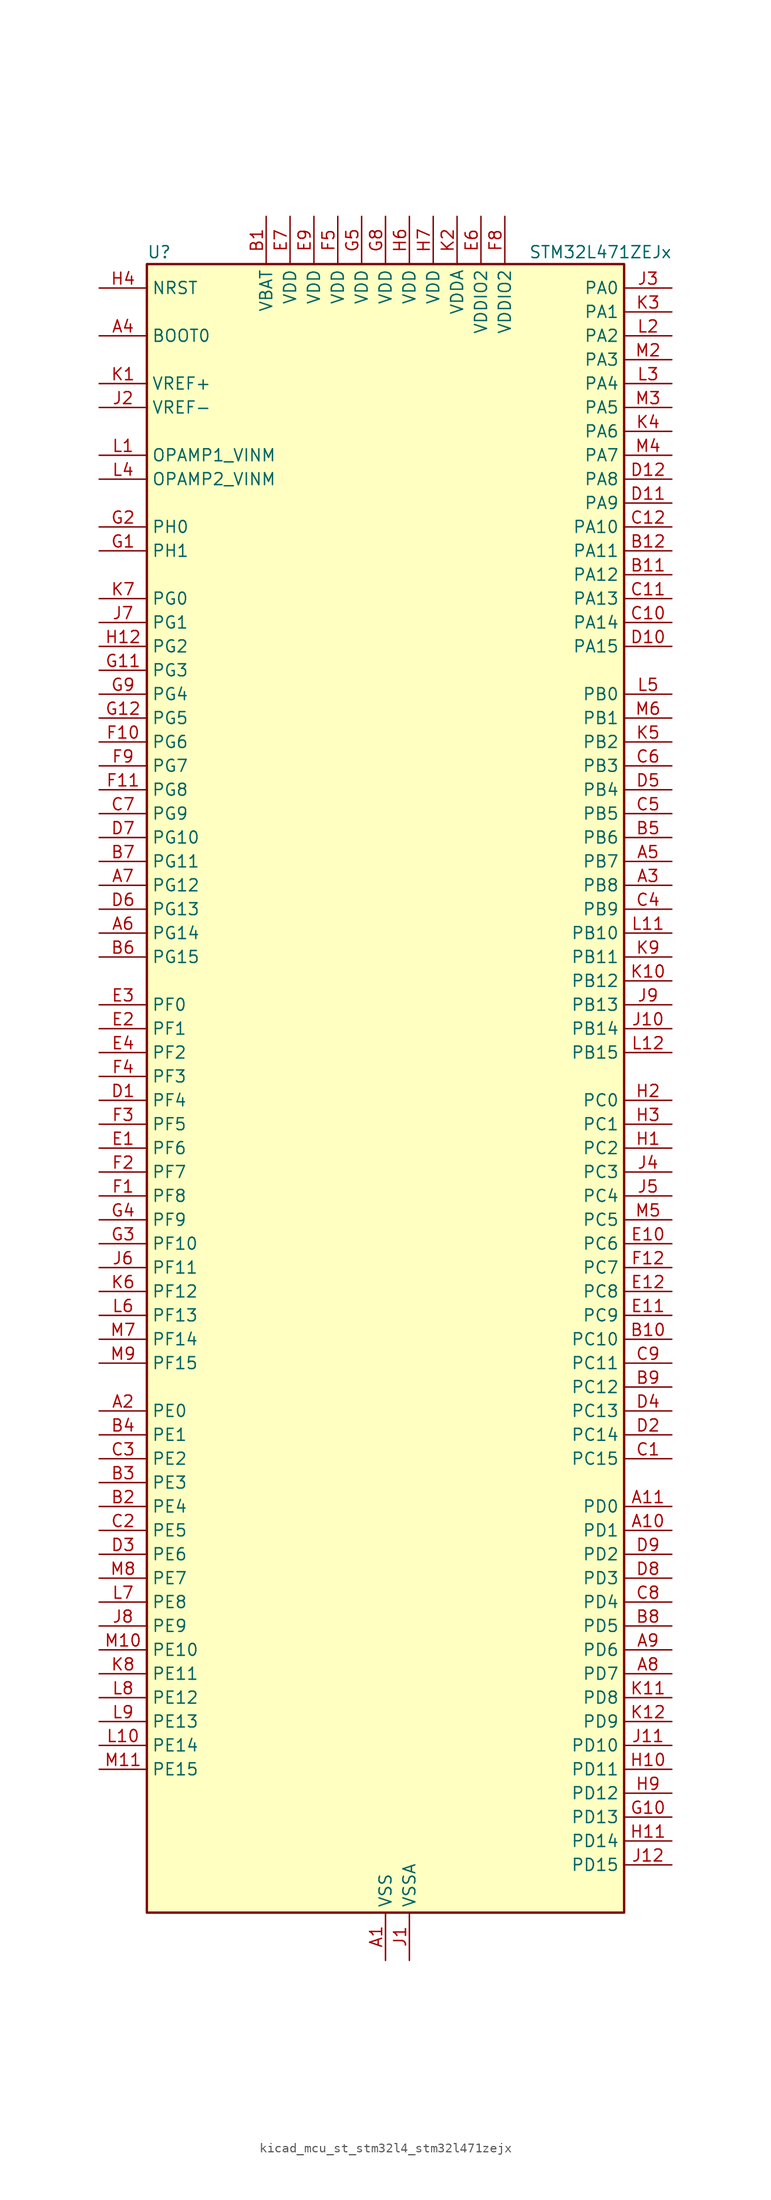
<source format=kicad_sym>
(kicad_symbol_lib
  (version 20220914)
  (generator kicad_symbol_editor)
  (symbol "kicad_mcu_st_stm32l4_stm32l471zejx"
    (property "Reference" "U"
      (at -25.4 90.17 0)
      (effects (font (size 1.27 1.27)) (justify left)))
    (property "Value" "STM32L471ZEJx"
      (at 15.24 90.17 0)
      (effects (font (size 1.27 1.27)) (justify left)))
    (property "ki_locked" ""
      (at 0 0 0)
      (effects (font (size 1.27 1.27))))
    (symbol "kicad_mcu_st_stm32l4_stm32l471zejx_0_1"
      (rectangle (start -25.4 -86.36) (end 25.4 88.9) (stroke (width 0.254) (type default)) (fill (type background))))
    (symbol "kicad_mcu_st_stm32l4_stm32l471zejx_1_1"
      (pin power_in line (at 0 -91.44 90) (length 5.08) (name "VSS" (effects (font (size 1.27 1.27)))) (number "A1" (effects (font (size 1.27 1.27)))))
      (pin bidirectional line (at 30.48 -45.72 180) (length 5.08) (name "PD1" (effects (font (size 1.27 1.27)))) (number "A10" (effects (font (size 1.27 1.27)))) (alternate "CAN1_TX" bidirectional line) (alternate "DFSDM1_CKIN7" bidirectional line) (alternate "FMC_D3" bidirectional line) (alternate "FMC_DA3" bidirectional line) (alternate "SPI2_SCK" bidirectional line))
      (pin bidirectional line (at 30.48 -43.18 180) (length 5.08) (name "PD0" (effects (font (size 1.27 1.27)))) (number "A11" (effects (font (size 1.27 1.27)))) (alternate "CAN1_RX" bidirectional line) (alternate "DFSDM1_DATIN7" bidirectional line) (alternate "FMC_D2" bidirectional line) (alternate "FMC_DA2" bidirectional line) (alternate "SPI2_NSS" bidirectional line))
      (pin passive line (at 0 -91.44 90) (length 5.08) hide (name "VSS" (effects (font (size 1.27 1.27)))) (number "A12" (effects (font (size 1.27 1.27)))))
      (pin bidirectional line (at -30.48 -33.02 0) (length 5.08) (name "PE0" (effects (font (size 1.27 1.27)))) (number "A2" (effects (font (size 1.27 1.27)))) (alternate "FMC_NBL0" bidirectional line) (alternate "TIM16_CH1" bidirectional line) (alternate "TIM4_ETR" bidirectional line))
      (pin bidirectional line (at 30.48 22.86 180) (length 5.08) (name "PB8" (effects (font (size 1.27 1.27)))) (number "A3" (effects (font (size 1.27 1.27)))) (alternate "CAN1_RX" bidirectional line) (alternate "DFSDM1_DATIN6" bidirectional line) (alternate "I2C1_SCL" bidirectional line) (alternate "SAI1_MCLK_A" bidirectional line) (alternate "SDMMC1_D4" bidirectional line) (alternate "TIM16_CH1" bidirectional line) (alternate "TIM4_CH3" bidirectional line))
      (pin input line (at -30.48 81.28 0) (length 5.08) (name "BOOT0" (effects (font (size 1.27 1.27)))) (number "A4" (effects (font (size 1.27 1.27)))))
      (pin bidirectional line (at 30.48 25.4 180) (length 5.08) (name "PB7" (effects (font (size 1.27 1.27)))) (number "A5" (effects (font (size 1.27 1.27)))) (alternate "COMP2_INM" bidirectional line) (alternate "DFSDM1_CKIN5" bidirectional line) (alternate "FMC_NL" bidirectional line) (alternate "I2C1_SDA" bidirectional line) (alternate "LPTIM1_IN2" bidirectional line) (alternate "SYS_PVD_IN" bidirectional line) (alternate "TIM17_CH1N" bidirectional line) (alternate "TIM4_CH2" bidirectional line) (alternate "TIM8_BKIN" bidirectional line) (alternate "TIM8_BKIN_COMP1" bidirectional line) (alternate "TSC_G2_IO4" bidirectional line) (alternate "UART4_CTS" bidirectional line) (alternate "USART1_RX" bidirectional line))
      (pin bidirectional line (at -30.48 17.78 0) (length 5.08) (name "PG14" (effects (font (size 1.27 1.27)))) (number "A6" (effects (font (size 1.27 1.27)))) (alternate "FMC_A25" bidirectional line) (alternate "I2C1_SCL" bidirectional line))
      (pin bidirectional line (at -30.48 22.86 0) (length 5.08) (name "PG12" (effects (font (size 1.27 1.27)))) (number "A7" (effects (font (size 1.27 1.27)))) (alternate "FMC_NE4" bidirectional line) (alternate "LPTIM1_ETR" bidirectional line) (alternate "SAI2_SD_A" bidirectional line) (alternate "SPI3_NSS" bidirectional line) (alternate "USART1_DE" bidirectional line) (alternate "USART1_RTS" bidirectional line))
      (pin bidirectional line (at 30.48 -60.96 180) (length 5.08) (name "PD7" (effects (font (size 1.27 1.27)))) (number "A8" (effects (font (size 1.27 1.27)))) (alternate "DFSDM1_CKIN1" bidirectional line) (alternate "FMC_NE1" bidirectional line) (alternate "USART2_CK" bidirectional line))
      (pin bidirectional line (at 30.48 -58.42 180) (length 5.08) (name "PD6" (effects (font (size 1.27 1.27)))) (number "A9" (effects (font (size 1.27 1.27)))) (alternate "DFSDM1_DATIN1" bidirectional line) (alternate "FMC_NWAIT" bidirectional line) (alternate "SAI1_SD_A" bidirectional line) (alternate "USART2_RX" bidirectional line))
      (pin power_in line (at -12.7 93.98 270) (length 5.08) (name "VBAT" (effects (font (size 1.27 1.27)))) (number "B1" (effects (font (size 1.27 1.27)))))
      (pin bidirectional line (at 30.48 -25.4 180) (length 5.08) (name "PC10" (effects (font (size 1.27 1.27)))) (number "B10" (effects (font (size 1.27 1.27)))) (alternate "SAI2_SCK_B" bidirectional line) (alternate "SDMMC1_D2" bidirectional line) (alternate "SPI3_SCK" bidirectional line) (alternate "TSC_G3_IO2" bidirectional line) (alternate "UART4_TX" bidirectional line) (alternate "USART3_TX" bidirectional line))
      (pin bidirectional line (at 30.48 55.88 180) (length 5.08) (name "PA12" (effects (font (size 1.27 1.27)))) (number "B11" (effects (font (size 1.27 1.27)))) (alternate "CAN1_TX" bidirectional line) (alternate "TIM1_ETR" bidirectional line) (alternate "USART1_DE" bidirectional line) (alternate "USART1_RTS" bidirectional line))
      (pin bidirectional line (at 30.48 58.42 180) (length 5.08) (name "PA11" (effects (font (size 1.27 1.27)))) (number "B12" (effects (font (size 1.27 1.27)))) (alternate "ADC1_EXTI11" bidirectional line) (alternate "ADC2_EXTI11" bidirectional line) (alternate "ADC3_EXTI11" bidirectional line) (alternate "CAN1_RX" bidirectional line) (alternate "TIM1_BKIN2" bidirectional line) (alternate "TIM1_BKIN2_COMP1" bidirectional line) (alternate "TIM1_CH4" bidirectional line) (alternate "USART1_CTS" bidirectional line))
      (pin bidirectional line (at -30.48 -43.18 0) (length 5.08) (name "PE4" (effects (font (size 1.27 1.27)))) (number "B2" (effects (font (size 1.27 1.27)))) (alternate "DFSDM1_DATIN3" bidirectional line) (alternate "FMC_A20" bidirectional line) (alternate "SAI1_FS_A" bidirectional line) (alternate "SYS_TRACED1" bidirectional line) (alternate "TIM3_CH2" bidirectional line) (alternate "TSC_G7_IO3" bidirectional line))
      (pin bidirectional line (at -30.48 -40.64 0) (length 5.08) (name "PE3" (effects (font (size 1.27 1.27)))) (number "B3" (effects (font (size 1.27 1.27)))) (alternate "FMC_A19" bidirectional line) (alternate "SAI1_SD_B" bidirectional line) (alternate "SYS_TRACED0" bidirectional line) (alternate "TIM3_CH1" bidirectional line) (alternate "TSC_G7_IO2" bidirectional line))
      (pin bidirectional line (at -30.48 -35.56 0) (length 5.08) (name "PE1" (effects (font (size 1.27 1.27)))) (number "B4" (effects (font (size 1.27 1.27)))) (alternate "FMC_NBL1" bidirectional line) (alternate "TIM17_CH1" bidirectional line))
      (pin bidirectional line (at 30.48 27.94 180) (length 5.08) (name "PB6" (effects (font (size 1.27 1.27)))) (number "B5" (effects (font (size 1.27 1.27)))) (alternate "COMP2_INP" bidirectional line) (alternate "DFSDM1_DATIN5" bidirectional line) (alternate "I2C1_SCL" bidirectional line) (alternate "LPTIM1_ETR" bidirectional line) (alternate "SAI1_FS_B" bidirectional line) (alternate "TIM16_CH1N" bidirectional line) (alternate "TIM4_CH1" bidirectional line) (alternate "TIM8_BKIN2" bidirectional line) (alternate "TIM8_BKIN2_COMP2" bidirectional line) (alternate "TSC_G2_IO3" bidirectional line) (alternate "USART1_TX" bidirectional line))
      (pin bidirectional line (at -30.48 15.24 0) (length 5.08) (name "PG15" (effects (font (size 1.27 1.27)))) (number "B6" (effects (font (size 1.27 1.27)))) (alternate "ADC1_EXTI15" bidirectional line) (alternate "ADC2_EXTI15" bidirectional line) (alternate "ADC3_EXTI15" bidirectional line) (alternate "I2C1_SMBA" bidirectional line) (alternate "LPTIM1_OUT" bidirectional line))
      (pin bidirectional line (at -30.48 25.4 0) (length 5.08) (name "PG11" (effects (font (size 1.27 1.27)))) (number "B7" (effects (font (size 1.27 1.27)))) (alternate "ADC1_EXTI11" bidirectional line) (alternate "ADC2_EXTI11" bidirectional line) (alternate "ADC3_EXTI11" bidirectional line) (alternate "LPTIM1_IN2" bidirectional line) (alternate "SAI2_MCLK_A" bidirectional line) (alternate "SPI3_MOSI" bidirectional line) (alternate "TIM15_CH2" bidirectional line) (alternate "USART1_CTS" bidirectional line))
      (pin bidirectional line (at 30.48 -55.88 180) (length 5.08) (name "PD5" (effects (font (size 1.27 1.27)))) (number "B8" (effects (font (size 1.27 1.27)))) (alternate "FMC_NWE" bidirectional line) (alternate "USART2_TX" bidirectional line))
      (pin bidirectional line (at 30.48 -30.48 180) (length 5.08) (name "PC12" (effects (font (size 1.27 1.27)))) (number "B9" (effects (font (size 1.27 1.27)))) (alternate "SAI2_SD_B" bidirectional line) (alternate "SDMMC1_CK" bidirectional line) (alternate "SPI3_MOSI" bidirectional line) (alternate "TSC_G3_IO4" bidirectional line) (alternate "UART5_TX" bidirectional line) (alternate "USART3_CK" bidirectional line))
      (pin bidirectional line (at 30.48 -38.1 180) (length 5.08) (name "PC15" (effects (font (size 1.27 1.27)))) (number "C1" (effects (font (size 1.27 1.27)))) (alternate "ADC1_EXTI15" bidirectional line) (alternate "ADC2_EXTI15" bidirectional line) (alternate "ADC3_EXTI15" bidirectional line) (alternate "RCC_OSC32_OUT" bidirectional line))
      (pin bidirectional line (at 30.48 50.8 180) (length 5.08) (name "PA14" (effects (font (size 1.27 1.27)))) (number "C10" (effects (font (size 1.27 1.27)))) (alternate "SYS_JTCK-SWCLK" bidirectional line))
      (pin bidirectional line (at 30.48 53.34 180) (length 5.08) (name "PA13" (effects (font (size 1.27 1.27)))) (number "C11" (effects (font (size 1.27 1.27)))) (alternate "IR_OUT" bidirectional line) (alternate "SYS_JTMS-SWDIO" bidirectional line))
      (pin bidirectional line (at 30.48 60.96 180) (length 5.08) (name "PA10" (effects (font (size 1.27 1.27)))) (number "C12" (effects (font (size 1.27 1.27)))) (alternate "TIM17_BKIN" bidirectional line) (alternate "TIM1_CH3" bidirectional line) (alternate "USART1_RX" bidirectional line))
      (pin bidirectional line (at -30.48 -45.72 0) (length 5.08) (name "PE5" (effects (font (size 1.27 1.27)))) (number "C2" (effects (font (size 1.27 1.27)))) (alternate "DFSDM1_CKIN3" bidirectional line) (alternate "FMC_A21" bidirectional line) (alternate "SAI1_SCK_A" bidirectional line) (alternate "SYS_TRACED2" bidirectional line) (alternate "TIM3_CH3" bidirectional line) (alternate "TSC_G7_IO4" bidirectional line))
      (pin bidirectional line (at -30.48 -38.1 0) (length 5.08) (name "PE2" (effects (font (size 1.27 1.27)))) (number "C3" (effects (font (size 1.27 1.27)))) (alternate "FMC_A23" bidirectional line) (alternate "SAI1_MCLK_A" bidirectional line) (alternate "SYS_TRACECLK" bidirectional line) (alternate "TIM3_ETR" bidirectional line) (alternate "TSC_G7_IO1" bidirectional line))
      (pin bidirectional line (at 30.48 20.32 180) (length 5.08) (name "PB9" (effects (font (size 1.27 1.27)))) (number "C4" (effects (font (size 1.27 1.27)))) (alternate "CAN1_TX" bidirectional line) (alternate "DAC1_EXTI9" bidirectional line) (alternate "DFSDM1_CKIN6" bidirectional line) (alternate "I2C1_SDA" bidirectional line) (alternate "IR_OUT" bidirectional line) (alternate "SAI1_FS_A" bidirectional line) (alternate "SDMMC1_D5" bidirectional line) (alternate "SPI2_NSS" bidirectional line) (alternate "TIM17_CH1" bidirectional line) (alternate "TIM4_CH4" bidirectional line))
      (pin bidirectional line (at 30.48 30.48 180) (length 5.08) (name "PB5" (effects (font (size 1.27 1.27)))) (number "C5" (effects (font (size 1.27 1.27)))) (alternate "COMP2_OUT" bidirectional line) (alternate "I2C1_SMBA" bidirectional line) (alternate "LPTIM1_IN1" bidirectional line) (alternate "SAI1_SD_B" bidirectional line) (alternate "SPI1_MOSI" bidirectional line) (alternate "SPI3_MOSI" bidirectional line) (alternate "TIM16_BKIN" bidirectional line) (alternate "TIM3_CH2" bidirectional line) (alternate "TSC_G2_IO2" bidirectional line) (alternate "UART5_CTS" bidirectional line) (alternate "USART1_CK" bidirectional line))
      (pin bidirectional line (at 30.48 35.56 180) (length 5.08) (name "PB3" (effects (font (size 1.27 1.27)))) (number "C6" (effects (font (size 1.27 1.27)))) (alternate "COMP2_INM" bidirectional line) (alternate "SAI1_SCK_B" bidirectional line) (alternate "SPI1_SCK" bidirectional line) (alternate "SPI3_SCK" bidirectional line) (alternate "SYS_JTDO-SWO" bidirectional line) (alternate "TIM2_CH2" bidirectional line) (alternate "USART1_DE" bidirectional line) (alternate "USART1_RTS" bidirectional line))
      (pin bidirectional line (at -30.48 30.48 0) (length 5.08) (name "PG9" (effects (font (size 1.27 1.27)))) (number "C7" (effects (font (size 1.27 1.27)))) (alternate "DAC1_EXTI9" bidirectional line) (alternate "FMC_NCE3" bidirectional line) (alternate "FMC_NE2" bidirectional line) (alternate "SAI2_SCK_A" bidirectional line) (alternate "SPI3_SCK" bidirectional line) (alternate "TIM15_CH1N" bidirectional line) (alternate "USART1_TX" bidirectional line))
      (pin bidirectional line (at 30.48 -53.34 180) (length 5.08) (name "PD4" (effects (font (size 1.27 1.27)))) (number "C8" (effects (font (size 1.27 1.27)))) (alternate "DFSDM1_CKIN0" bidirectional line) (alternate "FMC_NOE" bidirectional line) (alternate "SPI2_MOSI" bidirectional line) (alternate "USART2_DE" bidirectional line) (alternate "USART2_RTS" bidirectional line))
      (pin bidirectional line (at 30.48 -27.94 180) (length 5.08) (name "PC11" (effects (font (size 1.27 1.27)))) (number "C9" (effects (font (size 1.27 1.27)))) (alternate "ADC1_EXTI11" bidirectional line) (alternate "ADC2_EXTI11" bidirectional line) (alternate "ADC3_EXTI11" bidirectional line) (alternate "SAI2_MCLK_B" bidirectional line) (alternate "SDMMC1_D3" bidirectional line) (alternate "SPI3_MISO" bidirectional line) (alternate "TSC_G3_IO3" bidirectional line) (alternate "UART4_RX" bidirectional line) (alternate "USART3_RX" bidirectional line))
      (pin bidirectional line (at -30.48 0 0) (length 5.08) (name "PF4" (effects (font (size 1.27 1.27)))) (number "D1" (effects (font (size 1.27 1.27)))) (alternate "ADC3_IN7" bidirectional line) (alternate "FMC_A4" bidirectional line))
      (pin bidirectional line (at 30.48 48.26 180) (length 5.08) (name "PA15" (effects (font (size 1.27 1.27)))) (number "D10" (effects (font (size 1.27 1.27)))) (alternate "ADC1_EXTI15" bidirectional line) (alternate "ADC2_EXTI15" bidirectional line) (alternate "ADC3_EXTI15" bidirectional line) (alternate "SAI2_FS_B" bidirectional line) (alternate "SPI1_NSS" bidirectional line) (alternate "SPI3_NSS" bidirectional line) (alternate "SYS_JTDI" bidirectional line) (alternate "TIM2_CH1" bidirectional line) (alternate "TIM2_ETR" bidirectional line) (alternate "TSC_G3_IO1" bidirectional line) (alternate "UART4_DE" bidirectional line) (alternate "UART4_RTS" bidirectional line))
      (pin bidirectional line (at 30.48 63.5 180) (length 5.08) (name "PA9" (effects (font (size 1.27 1.27)))) (number "D11" (effects (font (size 1.27 1.27)))) (alternate "DAC1_EXTI9" bidirectional line) (alternate "TIM15_BKIN" bidirectional line) (alternate "TIM1_CH2" bidirectional line) (alternate "USART1_TX" bidirectional line))
      (pin bidirectional line (at 30.48 66.04 180) (length 5.08) (name "PA8" (effects (font (size 1.27 1.27)))) (number "D12" (effects (font (size 1.27 1.27)))) (alternate "LPTIM2_OUT" bidirectional line) (alternate "RCC_MCO" bidirectional line) (alternate "TIM1_CH1" bidirectional line) (alternate "USART1_CK" bidirectional line))
      (pin bidirectional line (at 30.48 -35.56 180) (length 5.08) (name "PC14" (effects (font (size 1.27 1.27)))) (number "D2" (effects (font (size 1.27 1.27)))) (alternate "RCC_OSC32_IN" bidirectional line))
      (pin bidirectional line (at -30.48 -48.26 0) (length 5.08) (name "PE6" (effects (font (size 1.27 1.27)))) (number "D3" (effects (font (size 1.27 1.27)))) (alternate "FMC_A22" bidirectional line) (alternate "RTC_TAMP3" bidirectional line) (alternate "SAI1_SD_A" bidirectional line) (alternate "SYS_TRACED3" bidirectional line) (alternate "SYS_WKUP3" bidirectional line) (alternate "TIM3_CH4" bidirectional line))
      (pin bidirectional line (at 30.48 -33.02 180) (length 5.08) (name "PC13" (effects (font (size 1.27 1.27)))) (number "D4" (effects (font (size 1.27 1.27)))) (alternate "RTC_OUT_ALARM" bidirectional line) (alternate "RTC_OUT_CALIB" bidirectional line) (alternate "RTC_TAMP1" bidirectional line) (alternate "RTC_TS" bidirectional line) (alternate "SYS_WKUP2" bidirectional line))
      (pin bidirectional line (at 30.48 33.02 180) (length 5.08) (name "PB4" (effects (font (size 1.27 1.27)))) (number "D5" (effects (font (size 1.27 1.27)))) (alternate "COMP2_INP" bidirectional line) (alternate "SAI1_MCLK_B" bidirectional line) (alternate "SPI1_MISO" bidirectional line) (alternate "SPI3_MISO" bidirectional line) (alternate "SYS_JTRST" bidirectional line) (alternate "TIM17_BKIN" bidirectional line) (alternate "TIM3_CH1" bidirectional line) (alternate "TSC_G2_IO1" bidirectional line) (alternate "UART5_DE" bidirectional line) (alternate "UART5_RTS" bidirectional line) (alternate "USART1_CTS" bidirectional line))
      (pin bidirectional line (at -30.48 20.32 0) (length 5.08) (name "PG13" (effects (font (size 1.27 1.27)))) (number "D6" (effects (font (size 1.27 1.27)))) (alternate "FMC_A24" bidirectional line) (alternate "I2C1_SDA" bidirectional line) (alternate "USART1_CK" bidirectional line))
      (pin bidirectional line (at -30.48 27.94 0) (length 5.08) (name "PG10" (effects (font (size 1.27 1.27)))) (number "D7" (effects (font (size 1.27 1.27)))) (alternate "FMC_NE3" bidirectional line) (alternate "LPTIM1_IN1" bidirectional line) (alternate "SAI2_FS_A" bidirectional line) (alternate "SPI3_MISO" bidirectional line) (alternate "TIM15_CH1" bidirectional line) (alternate "USART1_RX" bidirectional line))
      (pin bidirectional line (at 30.48 -50.8 180) (length 5.08) (name "PD3" (effects (font (size 1.27 1.27)))) (number "D8" (effects (font (size 1.27 1.27)))) (alternate "DFSDM1_DATIN0" bidirectional line) (alternate "FMC_CLK" bidirectional line) (alternate "SPI2_MISO" bidirectional line) (alternate "USART2_CTS" bidirectional line))
      (pin bidirectional line (at 30.48 -48.26 180) (length 5.08) (name "PD2" (effects (font (size 1.27 1.27)))) (number "D9" (effects (font (size 1.27 1.27)))) (alternate "SDMMC1_CMD" bidirectional line) (alternate "TIM3_ETR" bidirectional line) (alternate "TSC_SYNC" bidirectional line) (alternate "UART5_RX" bidirectional line) (alternate "USART3_DE" bidirectional line) (alternate "USART3_RTS" bidirectional line))
      (pin bidirectional line (at -30.48 -5.08 0) (length 5.08) (name "PF6" (effects (font (size 1.27 1.27)))) (number "E1" (effects (font (size 1.27 1.27)))) (alternate "ADC3_IN9" bidirectional line) (alternate "SAI1_SD_B" bidirectional line) (alternate "TIM5_CH1" bidirectional line) (alternate "TIM5_ETR" bidirectional line))
      (pin bidirectional line (at 30.48 -15.24 180) (length 5.08) (name "PC6" (effects (font (size 1.27 1.27)))) (number "E10" (effects (font (size 1.27 1.27)))) (alternate "DFSDM1_CKIN3" bidirectional line) (alternate "SAI2_MCLK_A" bidirectional line) (alternate "SDMMC1_D6" bidirectional line) (alternate "TIM3_CH1" bidirectional line) (alternate "TIM8_CH1" bidirectional line) (alternate "TSC_G4_IO1" bidirectional line))
      (pin bidirectional line (at 30.48 -22.86 180) (length 5.08) (name "PC9" (effects (font (size 1.27 1.27)))) (number "E11" (effects (font (size 1.27 1.27)))) (alternate "DAC1_EXTI9" bidirectional line) (alternate "SAI2_EXTCLK" bidirectional line) (alternate "SDMMC1_D1" bidirectional line) (alternate "TIM3_CH4" bidirectional line) (alternate "TIM8_BKIN2" bidirectional line) (alternate "TIM8_BKIN2_COMP1" bidirectional line) (alternate "TIM8_CH4" bidirectional line) (alternate "TSC_G4_IO4" bidirectional line))
      (pin bidirectional line (at 30.48 -20.32 180) (length 5.08) (name "PC8" (effects (font (size 1.27 1.27)))) (number "E12" (effects (font (size 1.27 1.27)))) (alternate "SDMMC1_D0" bidirectional line) (alternate "TIM3_CH3" bidirectional line) (alternate "TIM8_CH3" bidirectional line) (alternate "TSC_G4_IO3" bidirectional line))
      (pin bidirectional line (at -30.48 7.62 0) (length 5.08) (name "PF1" (effects (font (size 1.27 1.27)))) (number "E2" (effects (font (size 1.27 1.27)))) (alternate "FMC_A1" bidirectional line) (alternate "I2C2_SCL" bidirectional line))
      (pin bidirectional line (at -30.48 10.16 0) (length 5.08) (name "PF0" (effects (font (size 1.27 1.27)))) (number "E3" (effects (font (size 1.27 1.27)))) (alternate "FMC_A0" bidirectional line) (alternate "I2C2_SDA" bidirectional line))
      (pin bidirectional line (at -30.48 5.08 0) (length 5.08) (name "PF2" (effects (font (size 1.27 1.27)))) (number "E4" (effects (font (size 1.27 1.27)))) (alternate "FMC_A2" bidirectional line) (alternate "I2C2_SMBA" bidirectional line))
      (pin passive line (at 0 -91.44 90) (length 5.08) hide (name "VSS" (effects (font (size 1.27 1.27)))) (number "E5" (effects (font (size 1.27 1.27)))))
      (pin power_in line (at 10.16 93.98 270) (length 5.08) (name "VDDIO2" (effects (font (size 1.27 1.27)))) (number "E6" (effects (font (size 1.27 1.27)))))
      (pin power_in line (at -10.16 93.98 270) (length 5.08) (name "VDD" (effects (font (size 1.27 1.27)))) (number "E7" (effects (font (size 1.27 1.27)))))
      (pin passive line (at 0 -91.44 90) (length 5.08) hide (name "VSS" (effects (font (size 1.27 1.27)))) (number "E8" (effects (font (size 1.27 1.27)))))
      (pin power_in line (at -7.62 93.98 270) (length 5.08) (name "VDD" (effects (font (size 1.27 1.27)))) (number "E9" (effects (font (size 1.27 1.27)))))
      (pin bidirectional line (at -30.48 -10.16 0) (length 5.08) (name "PF8" (effects (font (size 1.27 1.27)))) (number "F1" (effects (font (size 1.27 1.27)))) (alternate "ADC3_IN11" bidirectional line) (alternate "SAI1_SCK_B" bidirectional line) (alternate "TIM5_CH3" bidirectional line))
      (pin bidirectional line (at -30.48 38.1 0) (length 5.08) (name "PG6" (effects (font (size 1.27 1.27)))) (number "F10" (effects (font (size 1.27 1.27)))) (alternate "I2C3_SMBA" bidirectional line) (alternate "LPUART1_DE" bidirectional line) (alternate "LPUART1_RTS" bidirectional line))
      (pin bidirectional line (at -30.48 33.02 0) (length 5.08) (name "PG8" (effects (font (size 1.27 1.27)))) (number "F11" (effects (font (size 1.27 1.27)))) (alternate "I2C3_SDA" bidirectional line) (alternate "LPUART1_RX" bidirectional line))
      (pin bidirectional line (at 30.48 -17.78 180) (length 5.08) (name "PC7" (effects (font (size 1.27 1.27)))) (number "F12" (effects (font (size 1.27 1.27)))) (alternate "DFSDM1_DATIN3" bidirectional line) (alternate "SAI2_MCLK_B" bidirectional line) (alternate "SDMMC1_D7" bidirectional line) (alternate "TIM3_CH2" bidirectional line) (alternate "TIM8_CH2" bidirectional line) (alternate "TSC_G4_IO2" bidirectional line))
      (pin bidirectional line (at -30.48 -7.62 0) (length 5.08) (name "PF7" (effects (font (size 1.27 1.27)))) (number "F2" (effects (font (size 1.27 1.27)))) (alternate "ADC3_IN10" bidirectional line) (alternate "SAI1_MCLK_B" bidirectional line) (alternate "TIM5_CH2" bidirectional line))
      (pin bidirectional line (at -30.48 -2.54 0) (length 5.08) (name "PF5" (effects (font (size 1.27 1.27)))) (number "F3" (effects (font (size 1.27 1.27)))) (alternate "ADC3_IN8" bidirectional line) (alternate "FMC_A5" bidirectional line))
      (pin bidirectional line (at -30.48 2.54 0) (length 5.08) (name "PF3" (effects (font (size 1.27 1.27)))) (number "F4" (effects (font (size 1.27 1.27)))) (alternate "ADC3_IN6" bidirectional line) (alternate "FMC_A3" bidirectional line))
      (pin power_in line (at -5.08 93.98 270) (length 5.08) (name "VDD" (effects (font (size 1.27 1.27)))) (number "F5" (effects (font (size 1.27 1.27)))))
      (pin passive line (at 0 -91.44 90) (length 5.08) hide (name "VSS" (effects (font (size 1.27 1.27)))) (number "F6" (effects (font (size 1.27 1.27)))))
      (pin passive line (at 0 -91.44 90) (length 5.08) hide (name "VSS" (effects (font (size 1.27 1.27)))) (number "F7" (effects (font (size 1.27 1.27)))))
      (pin power_in line (at 12.7 93.98 270) (length 5.08) (name "VDDIO2" (effects (font (size 1.27 1.27)))) (number "F8" (effects (font (size 1.27 1.27)))))
      (pin bidirectional line (at -30.48 35.56 0) (length 5.08) (name "PG7" (effects (font (size 1.27 1.27)))) (number "F9" (effects (font (size 1.27 1.27)))) (alternate "FMC_INT3" bidirectional line) (alternate "I2C3_SCL" bidirectional line) (alternate "LPUART1_TX" bidirectional line))
      (pin bidirectional line (at -30.48 58.42 0) (length 5.08) (name "PH1" (effects (font (size 1.27 1.27)))) (number "G1" (effects (font (size 1.27 1.27)))) (alternate "RCC_OSC_OUT" bidirectional line))
      (pin bidirectional line (at 30.48 -76.2 180) (length 5.08) (name "PD13" (effects (font (size 1.27 1.27)))) (number "G10" (effects (font (size 1.27 1.27)))) (alternate "FMC_A18" bidirectional line) (alternate "LPTIM2_OUT" bidirectional line) (alternate "TIM4_CH2" bidirectional line) (alternate "TSC_G6_IO4" bidirectional line))
      (pin bidirectional line (at -30.48 45.72 0) (length 5.08) (name "PG3" (effects (font (size 1.27 1.27)))) (number "G11" (effects (font (size 1.27 1.27)))) (alternate "FMC_A13" bidirectional line) (alternate "SAI2_FS_B" bidirectional line) (alternate "SPI1_MISO" bidirectional line))
      (pin bidirectional line (at -30.48 40.64 0) (length 5.08) (name "PG5" (effects (font (size 1.27 1.27)))) (number "G12" (effects (font (size 1.27 1.27)))) (alternate "FMC_A15" bidirectional line) (alternate "LPUART1_CTS" bidirectional line) (alternate "SAI2_SD_B" bidirectional line) (alternate "SPI1_NSS" bidirectional line))
      (pin bidirectional line (at -30.48 60.96 0) (length 5.08) (name "PH0" (effects (font (size 1.27 1.27)))) (number "G2" (effects (font (size 1.27 1.27)))) (alternate "RCC_OSC_IN" bidirectional line))
      (pin bidirectional line (at -30.48 -15.24 0) (length 5.08) (name "PF10" (effects (font (size 1.27 1.27)))) (number "G3" (effects (font (size 1.27 1.27)))) (alternate "ADC3_IN13" bidirectional line) (alternate "TIM15_CH2" bidirectional line))
      (pin bidirectional line (at -30.48 -12.7 0) (length 5.08) (name "PF9" (effects (font (size 1.27 1.27)))) (number "G4" (effects (font (size 1.27 1.27)))) (alternate "ADC3_IN12" bidirectional line) (alternate "DAC1_EXTI9" bidirectional line) (alternate "SAI1_FS_B" bidirectional line) (alternate "TIM15_CH1" bidirectional line) (alternate "TIM5_CH4" bidirectional line))
      (pin power_in line (at -2.54 93.98 270) (length 5.08) (name "VDD" (effects (font (size 1.27 1.27)))) (number "G5" (effects (font (size 1.27 1.27)))))
      (pin passive line (at 0 -91.44 90) (length 5.08) hide (name "VSS" (effects (font (size 1.27 1.27)))) (number "G6" (effects (font (size 1.27 1.27)))))
      (pin passive line (at 0 -91.44 90) (length 5.08) hide (name "VSS" (effects (font (size 1.27 1.27)))) (number "G7" (effects (font (size 1.27 1.27)))))
      (pin power_in line (at 0 93.98 270) (length 5.08) (name "VDD" (effects (font (size 1.27 1.27)))) (number "G8" (effects (font (size 1.27 1.27)))))
      (pin bidirectional line (at -30.48 43.18 0) (length 5.08) (name "PG4" (effects (font (size 1.27 1.27)))) (number "G9" (effects (font (size 1.27 1.27)))) (alternate "FMC_A14" bidirectional line) (alternate "SAI2_MCLK_B" bidirectional line) (alternate "SPI1_MOSI" bidirectional line))
      (pin bidirectional line (at 30.48 -5.08 180) (length 5.08) (name "PC2" (effects (font (size 1.27 1.27)))) (number "H1" (effects (font (size 1.27 1.27)))) (alternate "ADC1_IN3" bidirectional line) (alternate "ADC2_IN3" bidirectional line) (alternate "ADC3_IN3" bidirectional line) (alternate "DFSDM1_CKOUT" bidirectional line) (alternate "LPTIM1_IN2" bidirectional line) (alternate "SPI2_MISO" bidirectional line))
      (pin bidirectional line (at 30.48 -71.12 180) (length 5.08) (name "PD11" (effects (font (size 1.27 1.27)))) (number "H10" (effects (font (size 1.27 1.27)))) (alternate "ADC1_EXTI11" bidirectional line) (alternate "ADC2_EXTI11" bidirectional line) (alternate "ADC3_EXTI11" bidirectional line) (alternate "FMC_A16" bidirectional line) (alternate "FMC_CLE" bidirectional line) (alternate "LPTIM2_ETR" bidirectional line) (alternate "SAI2_SD_A" bidirectional line) (alternate "TSC_G6_IO2" bidirectional line) (alternate "USART3_CTS" bidirectional line))
      (pin bidirectional line (at 30.48 -78.74 180) (length 5.08) (name "PD14" (effects (font (size 1.27 1.27)))) (number "H11" (effects (font (size 1.27 1.27)))) (alternate "FMC_D0" bidirectional line) (alternate "FMC_DA0" bidirectional line) (alternate "TIM4_CH3" bidirectional line))
      (pin bidirectional line (at -30.48 48.26 0) (length 5.08) (name "PG2" (effects (font (size 1.27 1.27)))) (number "H12" (effects (font (size 1.27 1.27)))) (alternate "FMC_A12" bidirectional line) (alternate "SAI2_SCK_B" bidirectional line) (alternate "SPI1_SCK" bidirectional line))
      (pin bidirectional line (at 30.48 0 180) (length 5.08) (name "PC0" (effects (font (size 1.27 1.27)))) (number "H2" (effects (font (size 1.27 1.27)))) (alternate "ADC1_IN1" bidirectional line) (alternate "ADC2_IN1" bidirectional line) (alternate "ADC3_IN1" bidirectional line) (alternate "DFSDM1_DATIN4" bidirectional line) (alternate "I2C3_SCL" bidirectional line) (alternate "LPTIM1_IN1" bidirectional line) (alternate "LPTIM2_IN1" bidirectional line) (alternate "LPUART1_RX" bidirectional line))
      (pin bidirectional line (at 30.48 -2.54 180) (length 5.08) (name "PC1" (effects (font (size 1.27 1.27)))) (number "H3" (effects (font (size 1.27 1.27)))) (alternate "ADC1_IN2" bidirectional line) (alternate "ADC2_IN2" bidirectional line) (alternate "ADC3_IN2" bidirectional line) (alternate "DFSDM1_CKIN4" bidirectional line) (alternate "I2C3_SDA" bidirectional line) (alternate "LPTIM1_OUT" bidirectional line) (alternate "LPUART1_TX" bidirectional line))
      (pin input line (at -30.48 86.36 0) (length 5.08) (name "NRST" (effects (font (size 1.27 1.27)))) (number "H4" (effects (font (size 1.27 1.27)))))
      (pin passive line (at 0 -91.44 90) (length 5.08) hide (name "VSS" (effects (font (size 1.27 1.27)))) (number "H5" (effects (font (size 1.27 1.27)))))
      (pin power_in line (at 2.54 93.98 270) (length 5.08) (name "VDD" (effects (font (size 1.27 1.27)))) (number "H6" (effects (font (size 1.27 1.27)))))
      (pin power_in line (at 5.08 93.98 270) (length 5.08) (name "VDD" (effects (font (size 1.27 1.27)))) (number "H7" (effects (font (size 1.27 1.27)))))
      (pin passive line (at 0 -91.44 90) (length 5.08) hide (name "VSS" (effects (font (size 1.27 1.27)))) (number "H8" (effects (font (size 1.27 1.27)))))
      (pin bidirectional line (at 30.48 -73.66 180) (length 5.08) (name "PD12" (effects (font (size 1.27 1.27)))) (number "H9" (effects (font (size 1.27 1.27)))) (alternate "FMC_A17" bidirectional line) (alternate "FMC_ALE" bidirectional line) (alternate "LPTIM2_IN1" bidirectional line) (alternate "SAI2_FS_A" bidirectional line) (alternate "TIM4_CH1" bidirectional line) (alternate "TSC_G6_IO3" bidirectional line) (alternate "USART3_DE" bidirectional line) (alternate "USART3_RTS" bidirectional line))
      (pin power_in line (at 2.54 -91.44 90) (length 5.08) (name "VSSA" (effects (font (size 1.27 1.27)))) (number "J1" (effects (font (size 1.27 1.27)))))
      (pin bidirectional line (at 30.48 7.62 180) (length 5.08) (name "PB14" (effects (font (size 1.27 1.27)))) (number "J10" (effects (font (size 1.27 1.27)))) (alternate "DFSDM1_DATIN2" bidirectional line) (alternate "I2C2_SDA" bidirectional line) (alternate "SAI2_MCLK_A" bidirectional line) (alternate "SPI2_MISO" bidirectional line) (alternate "SWPMI1_RX" bidirectional line) (alternate "TIM15_CH1" bidirectional line) (alternate "TIM1_CH2N" bidirectional line) (alternate "TIM8_CH2N" bidirectional line) (alternate "TSC_G1_IO3" bidirectional line) (alternate "USART3_DE" bidirectional line) (alternate "USART3_RTS" bidirectional line))
      (pin bidirectional line (at 30.48 -68.58 180) (length 5.08) (name "PD10" (effects (font (size 1.27 1.27)))) (number "J11" (effects (font (size 1.27 1.27)))) (alternate "FMC_D15" bidirectional line) (alternate "FMC_DA15" bidirectional line) (alternate "SAI2_SCK_A" bidirectional line) (alternate "TSC_G6_IO1" bidirectional line) (alternate "USART3_CK" bidirectional line))
      (pin bidirectional line (at 30.48 -81.28 180) (length 5.08) (name "PD15" (effects (font (size 1.27 1.27)))) (number "J12" (effects (font (size 1.27 1.27)))) (alternate "ADC1_EXTI15" bidirectional line) (alternate "ADC2_EXTI15" bidirectional line) (alternate "ADC3_EXTI15" bidirectional line) (alternate "FMC_D1" bidirectional line) (alternate "FMC_DA1" bidirectional line) (alternate "TIM4_CH4" bidirectional line))
      (pin input line (at -30.48 73.66 0) (length 5.08) (name "VREF-" (effects (font (size 1.27 1.27)))) (number "J2" (effects (font (size 1.27 1.27)))))
      (pin bidirectional line (at 30.48 86.36 180) (length 5.08) (name "PA0" (effects (font (size 1.27 1.27)))) (number "J3" (effects (font (size 1.27 1.27)))) (alternate "ADC1_IN5" bidirectional line) (alternate "ADC2_IN5" bidirectional line) (alternate "OPAMP1_VINP" bidirectional line) (alternate "RTC_TAMP2" bidirectional line) (alternate "SAI1_EXTCLK" bidirectional line) (alternate "SYS_WKUP1" bidirectional line) (alternate "TIM2_CH1" bidirectional line) (alternate "TIM2_ETR" bidirectional line) (alternate "TIM5_CH1" bidirectional line) (alternate "TIM8_ETR" bidirectional line) (alternate "UART4_TX" bidirectional line) (alternate "USART2_CTS" bidirectional line))
      (pin bidirectional line (at 30.48 -7.62 180) (length 5.08) (name "PC3" (effects (font (size 1.27 1.27)))) (number "J4" (effects (font (size 1.27 1.27)))) (alternate "ADC1_IN4" bidirectional line) (alternate "ADC2_IN4" bidirectional line) (alternate "ADC3_IN4" bidirectional line) (alternate "LPTIM1_ETR" bidirectional line) (alternate "LPTIM2_ETR" bidirectional line) (alternate "SAI1_SD_A" bidirectional line) (alternate "SPI2_MOSI" bidirectional line))
      (pin bidirectional line (at 30.48 -10.16 180) (length 5.08) (name "PC4" (effects (font (size 1.27 1.27)))) (number "J5" (effects (font (size 1.27 1.27)))) (alternate "ADC1_IN13" bidirectional line) (alternate "ADC2_IN13" bidirectional line) (alternate "COMP1_INM" bidirectional line) (alternate "USART3_TX" bidirectional line))
      (pin bidirectional line (at -30.48 -17.78 0) (length 5.08) (name "PF11" (effects (font (size 1.27 1.27)))) (number "J6" (effects (font (size 1.27 1.27)))) (alternate "ADC1_EXTI11" bidirectional line) (alternate "ADC2_EXTI11" bidirectional line) (alternate "ADC3_EXTI11" bidirectional line))
      (pin bidirectional line (at -30.48 50.8 0) (length 5.08) (name "PG1" (effects (font (size 1.27 1.27)))) (number "J7" (effects (font (size 1.27 1.27)))) (alternate "FMC_A11" bidirectional line) (alternate "TSC_G8_IO4" bidirectional line))
      (pin bidirectional line (at -30.48 -55.88 0) (length 5.08) (name "PE9" (effects (font (size 1.27 1.27)))) (number "J8" (effects (font (size 1.27 1.27)))) (alternate "DAC1_EXTI9" bidirectional line) (alternate "DFSDM1_CKOUT" bidirectional line) (alternate "FMC_D6" bidirectional line) (alternate "FMC_DA6" bidirectional line) (alternate "SAI1_FS_B" bidirectional line) (alternate "TIM1_CH1" bidirectional line))
      (pin bidirectional line (at 30.48 10.16 180) (length 5.08) (name "PB13" (effects (font (size 1.27 1.27)))) (number "J9" (effects (font (size 1.27 1.27)))) (alternate "DFSDM1_CKIN1" bidirectional line) (alternate "I2C2_SCL" bidirectional line) (alternate "LPUART1_CTS" bidirectional line) (alternate "SAI2_SCK_A" bidirectional line) (alternate "SPI2_SCK" bidirectional line) (alternate "SWPMI1_TX" bidirectional line) (alternate "TIM15_CH1N" bidirectional line) (alternate "TIM1_CH1N" bidirectional line) (alternate "TSC_G1_IO2" bidirectional line) (alternate "USART3_CTS" bidirectional line))
      (pin input line (at -30.48 76.2 0) (length 5.08) (name "VREF+" (effects (font (size 1.27 1.27)))) (number "K1" (effects (font (size 1.27 1.27)))) (alternate "VREFBUF_OUT" bidirectional line))
      (pin bidirectional line (at 30.48 12.7 180) (length 5.08) (name "PB12" (effects (font (size 1.27 1.27)))) (number "K10" (effects (font (size 1.27 1.27)))) (alternate "DFSDM1_DATIN1" bidirectional line) (alternate "I2C2_SMBA" bidirectional line) (alternate "LPUART1_DE" bidirectional line) (alternate "LPUART1_RTS" bidirectional line) (alternate "SAI2_FS_A" bidirectional line) (alternate "SPI2_NSS" bidirectional line) (alternate "SWPMI1_IO" bidirectional line) (alternate "TIM15_BKIN" bidirectional line) (alternate "TIM1_BKIN" bidirectional line) (alternate "TIM1_BKIN_COMP2" bidirectional line) (alternate "TSC_G1_IO1" bidirectional line) (alternate "USART3_CK" bidirectional line))
      (pin bidirectional line (at 30.48 -63.5 180) (length 5.08) (name "PD8" (effects (font (size 1.27 1.27)))) (number "K11" (effects (font (size 1.27 1.27)))) (alternate "FMC_D13" bidirectional line) (alternate "FMC_DA13" bidirectional line) (alternate "USART3_TX" bidirectional line))
      (pin bidirectional line (at 30.48 -66.04 180) (length 5.08) (name "PD9" (effects (font (size 1.27 1.27)))) (number "K12" (effects (font (size 1.27 1.27)))) (alternate "DAC1_EXTI9" bidirectional line) (alternate "FMC_D14" bidirectional line) (alternate "FMC_DA14" bidirectional line) (alternate "SAI2_MCLK_A" bidirectional line) (alternate "USART3_RX" bidirectional line))
      (pin power_in line (at 7.62 93.98 270) (length 5.08) (name "VDDA" (effects (font (size 1.27 1.27)))) (number "K2" (effects (font (size 1.27 1.27)))))
      (pin bidirectional line (at 30.48 83.82 180) (length 5.08) (name "PA1" (effects (font (size 1.27 1.27)))) (number "K3" (effects (font (size 1.27 1.27)))) (alternate "ADC1_IN6" bidirectional line) (alternate "ADC2_IN6" bidirectional line) (alternate "OPAMP1_VINM" bidirectional line) (alternate "TIM15_CH1N" bidirectional line) (alternate "TIM2_CH2" bidirectional line) (alternate "TIM5_CH2" bidirectional line) (alternate "UART4_RX" bidirectional line) (alternate "USART2_DE" bidirectional line) (alternate "USART2_RTS" bidirectional line))
      (pin bidirectional line (at 30.48 71.12 180) (length 5.08) (name "PA6" (effects (font (size 1.27 1.27)))) (number "K4" (effects (font (size 1.27 1.27)))) (alternate "ADC1_IN11" bidirectional line) (alternate "ADC2_IN11" bidirectional line) (alternate "OPAMP2_VINP" bidirectional line) (alternate "QUADSPI_BK1_IO3" bidirectional line) (alternate "SPI1_MISO" bidirectional line) (alternate "TIM16_CH1" bidirectional line) (alternate "TIM1_BKIN" bidirectional line) (alternate "TIM1_BKIN_COMP2" bidirectional line) (alternate "TIM3_CH1" bidirectional line) (alternate "TIM8_BKIN" bidirectional line) (alternate "TIM8_BKIN_COMP2" bidirectional line) (alternate "USART3_CTS" bidirectional line))
      (pin bidirectional line (at 30.48 38.1 180) (length 5.08) (name "PB2" (effects (font (size 1.27 1.27)))) (number "K5" (effects (font (size 1.27 1.27)))) (alternate "COMP1_INP" bidirectional line) (alternate "DFSDM1_CKIN0" bidirectional line) (alternate "I2C3_SMBA" bidirectional line) (alternate "LPTIM1_OUT" bidirectional line) (alternate "RTC_OUT_ALARM" bidirectional line) (alternate "RTC_OUT_CALIB" bidirectional line))
      (pin bidirectional line (at -30.48 -20.32 0) (length 5.08) (name "PF12" (effects (font (size 1.27 1.27)))) (number "K6" (effects (font (size 1.27 1.27)))) (alternate "FMC_A6" bidirectional line))
      (pin bidirectional line (at -30.48 53.34 0) (length 5.08) (name "PG0" (effects (font (size 1.27 1.27)))) (number "K7" (effects (font (size 1.27 1.27)))) (alternate "FMC_A10" bidirectional line) (alternate "TSC_G8_IO3" bidirectional line))
      (pin bidirectional line (at -30.48 -60.96 0) (length 5.08) (name "PE11" (effects (font (size 1.27 1.27)))) (number "K8" (effects (font (size 1.27 1.27)))) (alternate "ADC1_EXTI11" bidirectional line) (alternate "ADC2_EXTI11" bidirectional line) (alternate "ADC3_EXTI11" bidirectional line) (alternate "DFSDM1_CKIN4" bidirectional line) (alternate "FMC_D8" bidirectional line) (alternate "FMC_DA8" bidirectional line) (alternate "QUADSPI_NCS" bidirectional line) (alternate "TIM1_CH2" bidirectional line) (alternate "TSC_G5_IO2" bidirectional line))
      (pin bidirectional line (at 30.48 15.24 180) (length 5.08) (name "PB11" (effects (font (size 1.27 1.27)))) (number "K9" (effects (font (size 1.27 1.27)))) (alternate "ADC1_EXTI11" bidirectional line) (alternate "ADC2_EXTI11" bidirectional line) (alternate "ADC3_EXTI11" bidirectional line) (alternate "COMP2_OUT" bidirectional line) (alternate "DFSDM1_CKIN7" bidirectional line) (alternate "I2C2_SDA" bidirectional line) (alternate "LPUART1_TX" bidirectional line) (alternate "QUADSPI_NCS" bidirectional line) (alternate "TIM2_CH4" bidirectional line) (alternate "USART3_RX" bidirectional line))
      (pin bidirectional line (at -30.48 68.58 0) (length 5.08) (name "OPAMP1_VINM" (effects (font (size 1.27 1.27)))) (number "L1" (effects (font (size 1.27 1.27)))) (alternate "OPAMP1_VINM" bidirectional line))
      (pin bidirectional line (at -30.48 -68.58 0) (length 5.08) (name "PE14" (effects (font (size 1.27 1.27)))) (number "L10" (effects (font (size 1.27 1.27)))) (alternate "FMC_D11" bidirectional line) (alternate "FMC_DA11" bidirectional line) (alternate "QUADSPI_BK1_IO2" bidirectional line) (alternate "SPI1_MISO" bidirectional line) (alternate "TIM1_BKIN2" bidirectional line) (alternate "TIM1_BKIN2_COMP2" bidirectional line) (alternate "TIM1_CH4" bidirectional line))
      (pin bidirectional line (at 30.48 17.78 180) (length 5.08) (name "PB10" (effects (font (size 1.27 1.27)))) (number "L11" (effects (font (size 1.27 1.27)))) (alternate "COMP1_OUT" bidirectional line) (alternate "DFSDM1_DATIN7" bidirectional line) (alternate "I2C2_SCL" bidirectional line) (alternate "LPUART1_RX" bidirectional line) (alternate "QUADSPI_CLK" bidirectional line) (alternate "SAI1_SCK_A" bidirectional line) (alternate "SPI2_SCK" bidirectional line) (alternate "TIM2_CH3" bidirectional line) (alternate "USART3_TX" bidirectional line))
      (pin bidirectional line (at 30.48 5.08 180) (length 5.08) (name "PB15" (effects (font (size 1.27 1.27)))) (number "L12" (effects (font (size 1.27 1.27)))) (alternate "ADC1_EXTI15" bidirectional line) (alternate "ADC2_EXTI15" bidirectional line) (alternate "ADC3_EXTI15" bidirectional line) (alternate "DFSDM1_CKIN2" bidirectional line) (alternate "RTC_REFIN" bidirectional line) (alternate "SAI2_SD_A" bidirectional line) (alternate "SPI2_MOSI" bidirectional line) (alternate "SWPMI1_SUSPEND" bidirectional line) (alternate "TIM15_CH2" bidirectional line) (alternate "TIM1_CH3N" bidirectional line) (alternate "TIM8_CH3N" bidirectional line) (alternate "TSC_G1_IO4" bidirectional line))
      (pin bidirectional line (at 30.48 81.28 180) (length 5.08) (name "PA2" (effects (font (size 1.27 1.27)))) (number "L2" (effects (font (size 1.27 1.27)))) (alternate "ADC1_IN7" bidirectional line) (alternate "ADC2_IN7" bidirectional line) (alternate "RCC_LSCO" bidirectional line) (alternate "SAI2_EXTCLK" bidirectional line) (alternate "SYS_WKUP4" bidirectional line) (alternate "TIM15_CH1" bidirectional line) (alternate "TIM2_CH3" bidirectional line) (alternate "TIM5_CH3" bidirectional line) (alternate "USART2_TX" bidirectional line))
      (pin bidirectional line (at 30.48 76.2 180) (length 5.08) (name "PA4" (effects (font (size 1.27 1.27)))) (number "L3" (effects (font (size 1.27 1.27)))) (alternate "ADC1_IN9" bidirectional line) (alternate "ADC2_IN9" bidirectional line) (alternate "DAC1_OUT1" bidirectional line) (alternate "LPTIM2_OUT" bidirectional line) (alternate "SAI1_FS_B" bidirectional line) (alternate "SPI1_NSS" bidirectional line) (alternate "SPI3_NSS" bidirectional line) (alternate "USART2_CK" bidirectional line))
      (pin bidirectional line (at -30.48 66.04 0) (length 5.08) (name "OPAMP2_VINM" (effects (font (size 1.27 1.27)))) (number "L4" (effects (font (size 1.27 1.27)))) (alternate "OPAMP2_VINM" bidirectional line))
      (pin bidirectional line (at 30.48 43.18 180) (length 5.08) (name "PB0" (effects (font (size 1.27 1.27)))) (number "L5" (effects (font (size 1.27 1.27)))) (alternate "ADC1_IN15" bidirectional line) (alternate "ADC2_IN15" bidirectional line) (alternate "COMP1_OUT" bidirectional line) (alternate "OPAMP2_VOUT" bidirectional line) (alternate "QUADSPI_BK1_IO1" bidirectional line) (alternate "TIM1_CH2N" bidirectional line) (alternate "TIM3_CH3" bidirectional line) (alternate "TIM8_CH2N" bidirectional line) (alternate "USART3_CK" bidirectional line))
      (pin bidirectional line (at -30.48 -22.86 0) (length 5.08) (name "PF13" (effects (font (size 1.27 1.27)))) (number "L6" (effects (font (size 1.27 1.27)))) (alternate "DFSDM1_DATIN6" bidirectional line) (alternate "FMC_A7" bidirectional line))
      (pin bidirectional line (at -30.48 -53.34 0) (length 5.08) (name "PE8" (effects (font (size 1.27 1.27)))) (number "L7" (effects (font (size 1.27 1.27)))) (alternate "DFSDM1_CKIN2" bidirectional line) (alternate "FMC_D5" bidirectional line) (alternate "FMC_DA5" bidirectional line) (alternate "SAI1_SCK_B" bidirectional line) (alternate "TIM1_CH1N" bidirectional line))
      (pin bidirectional line (at -30.48 -63.5 0) (length 5.08) (name "PE12" (effects (font (size 1.27 1.27)))) (number "L8" (effects (font (size 1.27 1.27)))) (alternate "DFSDM1_DATIN5" bidirectional line) (alternate "FMC_D9" bidirectional line) (alternate "FMC_DA9" bidirectional line) (alternate "QUADSPI_BK1_IO0" bidirectional line) (alternate "SPI1_NSS" bidirectional line) (alternate "TIM1_CH3N" bidirectional line) (alternate "TSC_G5_IO3" bidirectional line))
      (pin bidirectional line (at -30.48 -66.04 0) (length 5.08) (name "PE13" (effects (font (size 1.27 1.27)))) (number "L9" (effects (font (size 1.27 1.27)))) (alternate "DFSDM1_CKIN5" bidirectional line) (alternate "FMC_D10" bidirectional line) (alternate "FMC_DA10" bidirectional line) (alternate "QUADSPI_BK1_IO1" bidirectional line) (alternate "SPI1_SCK" bidirectional line) (alternate "TIM1_CH3" bidirectional line) (alternate "TSC_G5_IO4" bidirectional line))
      (pin passive line (at 0 -91.44 90) (length 5.08) hide (name "VSS" (effects (font (size 1.27 1.27)))) (number "M1" (effects (font (size 1.27 1.27)))))
      (pin bidirectional line (at -30.48 -58.42 0) (length 5.08) (name "PE10" (effects (font (size 1.27 1.27)))) (number "M10" (effects (font (size 1.27 1.27)))) (alternate "DFSDM1_DATIN4" bidirectional line) (alternate "FMC_D7" bidirectional line) (alternate "FMC_DA7" bidirectional line) (alternate "QUADSPI_CLK" bidirectional line) (alternate "SAI1_MCLK_B" bidirectional line) (alternate "TIM1_CH2N" bidirectional line) (alternate "TSC_G5_IO1" bidirectional line))
      (pin bidirectional line (at -30.48 -71.12 0) (length 5.08) (name "PE15" (effects (font (size 1.27 1.27)))) (number "M11" (effects (font (size 1.27 1.27)))) (alternate "ADC1_EXTI15" bidirectional line) (alternate "ADC2_EXTI15" bidirectional line) (alternate "ADC3_EXTI15" bidirectional line) (alternate "FMC_D12" bidirectional line) (alternate "FMC_DA12" bidirectional line) (alternate "QUADSPI_BK1_IO3" bidirectional line) (alternate "SPI1_MOSI" bidirectional line) (alternate "TIM1_BKIN" bidirectional line) (alternate "TIM1_BKIN_COMP1" bidirectional line))
      (pin passive line (at 0 -91.44 90) (length 5.08) hide (name "VSS" (effects (font (size 1.27 1.27)))) (number "M12" (effects (font (size 1.27 1.27)))))
      (pin bidirectional line (at 30.48 78.74 180) (length 5.08) (name "PA3" (effects (font (size 1.27 1.27)))) (number "M2" (effects (font (size 1.27 1.27)))) (alternate "ADC1_IN8" bidirectional line) (alternate "ADC2_IN8" bidirectional line) (alternate "OPAMP1_VOUT" bidirectional line) (alternate "TIM15_CH2" bidirectional line) (alternate "TIM2_CH4" bidirectional line) (alternate "TIM5_CH4" bidirectional line) (alternate "USART2_RX" bidirectional line))
      (pin bidirectional line (at 30.48 73.66 180) (length 5.08) (name "PA5" (effects (font (size 1.27 1.27)))) (number "M3" (effects (font (size 1.27 1.27)))) (alternate "ADC1_IN10" bidirectional line) (alternate "ADC2_IN10" bidirectional line) (alternate "DAC1_OUT2" bidirectional line) (alternate "LPTIM2_ETR" bidirectional line) (alternate "SPI1_SCK" bidirectional line) (alternate "TIM2_CH1" bidirectional line) (alternate "TIM2_ETR" bidirectional line) (alternate "TIM8_CH1N" bidirectional line))
      (pin bidirectional line (at 30.48 68.58 180) (length 5.08) (name "PA7" (effects (font (size 1.27 1.27)))) (number "M4" (effects (font (size 1.27 1.27)))) (alternate "ADC1_IN12" bidirectional line) (alternate "ADC2_IN12" bidirectional line) (alternate "OPAMP2_VINM" bidirectional line) (alternate "QUADSPI_BK1_IO2" bidirectional line) (alternate "SPI1_MOSI" bidirectional line) (alternate "TIM17_CH1" bidirectional line) (alternate "TIM1_CH1N" bidirectional line) (alternate "TIM3_CH2" bidirectional line) (alternate "TIM8_CH1N" bidirectional line))
      (pin bidirectional line (at 30.48 -12.7 180) (length 5.08) (name "PC5" (effects (font (size 1.27 1.27)))) (number "M5" (effects (font (size 1.27 1.27)))) (alternate "ADC1_IN14" bidirectional line) (alternate "ADC2_IN14" bidirectional line) (alternate "COMP1_INP" bidirectional line) (alternate "SYS_WKUP5" bidirectional line) (alternate "USART3_RX" bidirectional line))
      (pin bidirectional line (at 30.48 40.64 180) (length 5.08) (name "PB1" (effects (font (size 1.27 1.27)))) (number "M6" (effects (font (size 1.27 1.27)))) (alternate "ADC1_IN16" bidirectional line) (alternate "ADC2_IN16" bidirectional line) (alternate "COMP1_INM" bidirectional line) (alternate "DFSDM1_DATIN0" bidirectional line) (alternate "LPTIM2_IN1" bidirectional line) (alternate "QUADSPI_BK1_IO0" bidirectional line) (alternate "TIM1_CH3N" bidirectional line) (alternate "TIM3_CH4" bidirectional line) (alternate "TIM8_CH3N" bidirectional line) (alternate "USART3_DE" bidirectional line) (alternate "USART3_RTS" bidirectional line))
      (pin bidirectional line (at -30.48 -25.4 0) (length 5.08) (name "PF14" (effects (font (size 1.27 1.27)))) (number "M7" (effects (font (size 1.27 1.27)))) (alternate "DFSDM1_CKIN6" bidirectional line) (alternate "FMC_A8" bidirectional line) (alternate "TSC_G8_IO1" bidirectional line))
      (pin bidirectional line (at -30.48 -50.8 0) (length 5.08) (name "PE7" (effects (font (size 1.27 1.27)))) (number "M8" (effects (font (size 1.27 1.27)))) (alternate "DFSDM1_DATIN2" bidirectional line) (alternate "FMC_D4" bidirectional line) (alternate "FMC_DA4" bidirectional line) (alternate "SAI1_SD_B" bidirectional line) (alternate "TIM1_ETR" bidirectional line))
      (pin bidirectional line (at -30.48 -27.94 0) (length 5.08) (name "PF15" (effects (font (size 1.27 1.27)))) (number "M9" (effects (font (size 1.27 1.27)))) (alternate "ADC1_EXTI15" bidirectional line) (alternate "ADC2_EXTI15" bidirectional line) (alternate "ADC3_EXTI15" bidirectional line) (alternate "FMC_A9" bidirectional line) (alternate "TSC_G8_IO2" bidirectional line)))))
</source>
